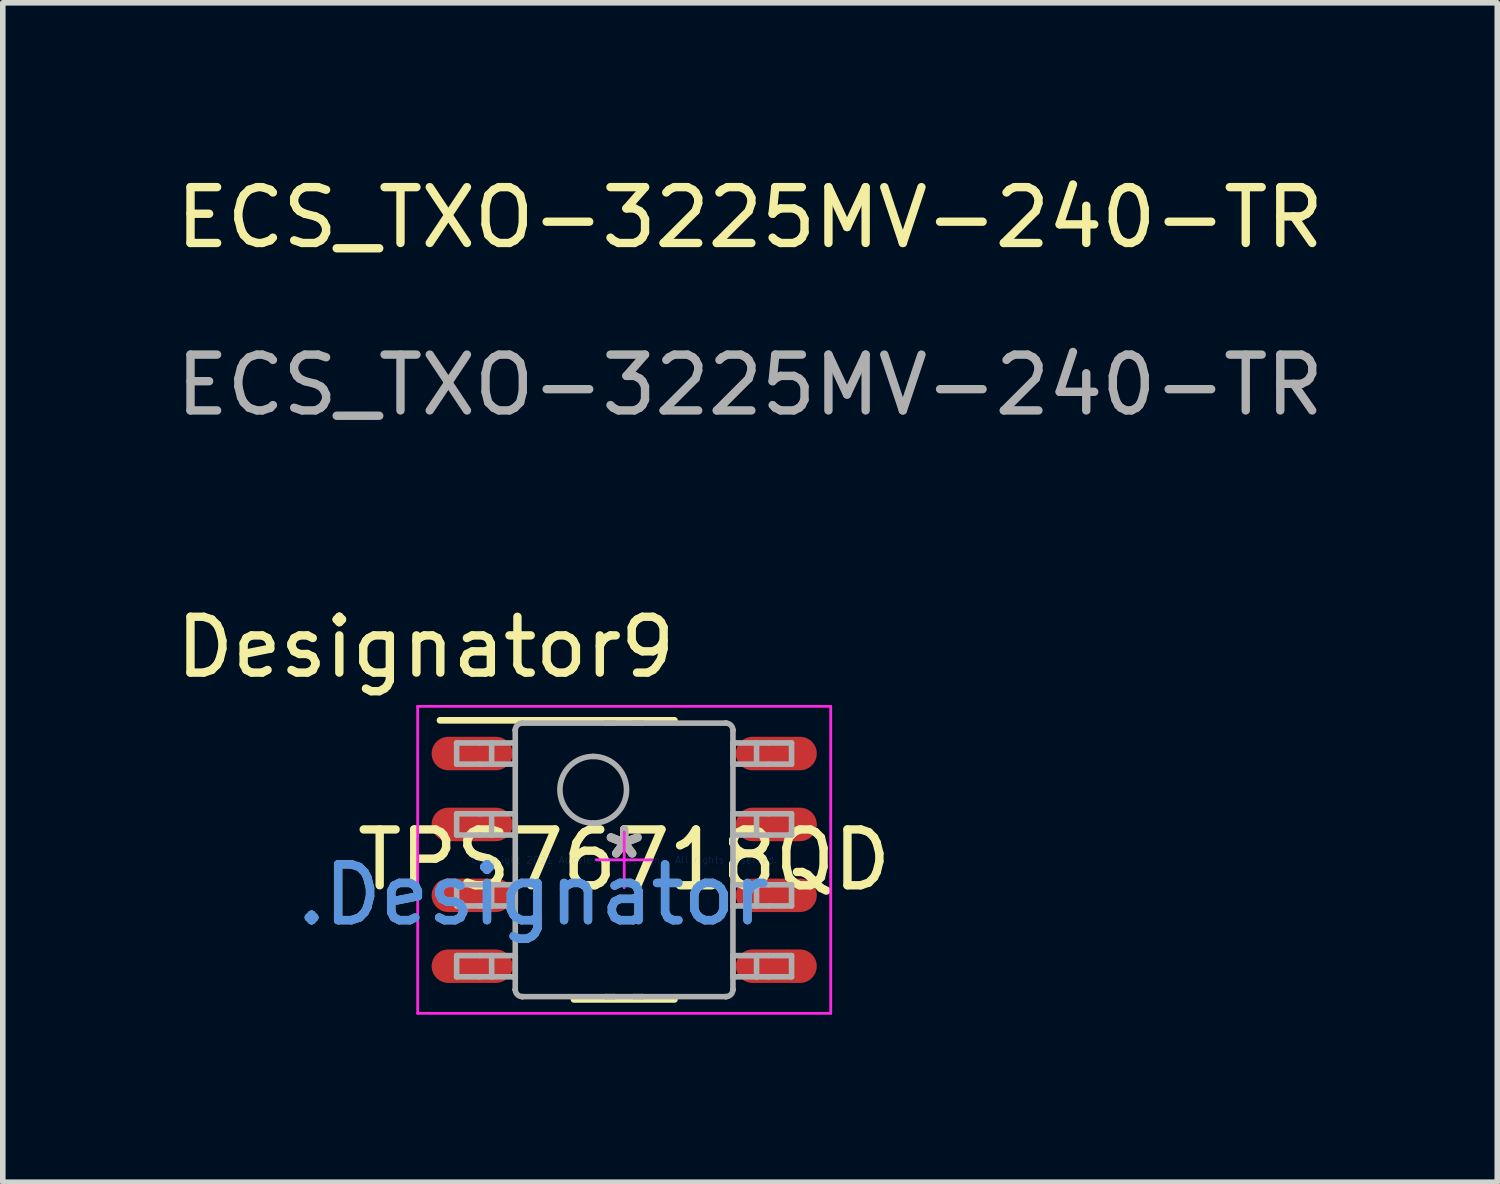
<source format=kicad_pcb>
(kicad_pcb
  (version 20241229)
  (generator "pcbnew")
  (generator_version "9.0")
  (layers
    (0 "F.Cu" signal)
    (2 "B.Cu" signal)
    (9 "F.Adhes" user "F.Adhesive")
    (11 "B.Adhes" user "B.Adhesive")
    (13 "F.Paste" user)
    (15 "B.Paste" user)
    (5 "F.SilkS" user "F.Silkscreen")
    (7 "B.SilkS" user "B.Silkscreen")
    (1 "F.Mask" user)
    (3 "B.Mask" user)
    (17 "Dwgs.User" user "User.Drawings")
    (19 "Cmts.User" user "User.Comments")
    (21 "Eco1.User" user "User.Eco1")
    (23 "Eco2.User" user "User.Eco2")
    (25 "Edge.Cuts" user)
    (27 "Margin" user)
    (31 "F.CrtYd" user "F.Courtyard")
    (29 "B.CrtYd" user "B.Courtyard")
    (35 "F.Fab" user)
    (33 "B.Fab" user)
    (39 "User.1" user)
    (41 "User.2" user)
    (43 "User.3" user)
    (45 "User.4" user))
  (footprint "TPS76718QD"
    (layer "F.Cu")
    (at 8.133 12.355)
    (property "Reference" "TPS76718QD" (at 0 0 0) (layer "F.SilkS") (effects (font (size 1 1) (thickness 0.15))))
    (attr through_hole)
    (fp_line (start -3.3 -2.5) (end 0.9 -2.5) (stroke (width 0.12) (type solid)) (layer "F.SilkS"))
    (fp_line (start -0.9 2.5) (end 0.9 2.5) (stroke (width 0.12) (type solid)) (layer "F.SilkS"))
    (fp_line (start -3.7 -2.75) (end 3.7 -2.75) (stroke (width 0.05) (type solid)) (layer "F.CrtYd"))
    (fp_line (start -3.7 2.75) (end -3.7 -2.75) (stroke (width 0.05) (type solid)) (layer "F.CrtYd"))
    (fp_line (start -3.7 2.75) (end 3.7 2.75) (stroke (width 0.05) (type solid)) (layer "F.CrtYd"))
    (fp_line (start -0.5 0) (end 0.5 0) (stroke (width 0.05) (type solid)) (layer "F.CrtYd"))
    (fp_line (start 0 0.5) (end 0 -0.5) (stroke (width 0.05) (type solid)) (layer "F.CrtYd"))
    (fp_line (start 3.7 2.75) (end 3.7 -2.75) (stroke (width 0.05) (type solid)) (layer "F.CrtYd"))
    (fp_line (start -3.002 -2.095) (end -2.589 -2.095) (stroke (width 0.1) (type solid)) (layer "F.Fab"))
    (fp_line (start -3.002 -1.715) (end -3.002 -2.095) (stroke (width 0.1) (type solid)) (layer "F.Fab"))
    (fp_line (start -3.002 -1.715) (end -2.589 -1.715) (stroke (width 0.1) (type solid)) (layer "F.Fab"))
    (fp_line (start -3.002 -0.825) (end -2.589 -0.825) (stroke (width 0.1) (type solid)) (layer "F.Fab"))
    (fp_line (start -3.002 -0.445) (end -3.002 -0.825) (stroke (width 0.1) (type solid)) (layer "F.Fab"))
    (fp_line (start -3.002 -0.445) (end -2.589 -0.445) (stroke (width 0.1) (type solid)) (layer "F.Fab"))
    (fp_line (start -3.002 0.445) (end -2.589 0.445) (stroke (width 0.1) (type solid)) (layer "F.Fab"))
    (fp_line (start -3.002 0.825) (end -3.002 0.445) (stroke (width 0.1) (type solid)) (layer "F.Fab"))
    (fp_line (start -3.002 0.825) (end -2.589 0.825) (stroke (width 0.1) (type solid)) (layer "F.Fab"))
    (fp_line (start -3.002 1.715) (end -2.589 1.715) (stroke (width 0.1) (type solid)) (layer "F.Fab"))
    (fp_line (start -3.002 2.095) (end -3.002 1.715) (stroke (width 0.1) (type solid)) (layer "F.Fab"))
    (fp_line (start -3.002 2.095) (end -2.589 2.095) (stroke (width 0.1) (type solid)) (layer "F.Fab"))
    (fp_line (start -2.589 -2.095) (end -2.375 -2.095) (stroke (width 0.1) (type solid)) (layer "F.Fab"))
    (fp_line (start -2.589 -1.715) (end -2.375 -1.715) (stroke (width 0.1) (type solid)) (layer "F.Fab"))
    (fp_line (start -2.589 -0.825) (end -2.375 -0.825) (stroke (width 0.1) (type solid)) (layer "F.Fab"))
    (fp_line (start -2.589 -0.445) (end -2.375 -0.445) (stroke (width 0.1) (type solid)) (layer "F.Fab"))
    (fp_line (start -2.589 0.445) (end -2.375 0.445) (stroke (width 0.1) (type solid)) (layer "F.Fab"))
    (fp_line (start -2.589 0.825) (end -2.375 0.825) (stroke (width 0.1) (type solid)) (layer "F.Fab"))
    (fp_line (start -2.589 1.715) (end -2.375 1.715) (stroke (width 0.1) (type solid)) (layer "F.Fab"))
    (fp_line (start -2.589 2.095) (end -2.375 2.095) (stroke (width 0.1) (type solid)) (layer "F.Fab"))
    (fp_line (start -2.375 -2.095) (end -1.995 -2.095) (stroke (width 0.1) (type solid)) (layer "F.Fab"))
    (fp_line (start -2.375 -1.715) (end -2.375 -2.095) (stroke (width 0.1) (type solid)) (layer "F.Fab"))
    (fp_line (start -2.375 -1.715) (end -1.995 -1.715) (stroke (width 0.1) (type solid)) (layer "F.Fab"))
    (fp_line (start -2.375 -0.825) (end -1.995 -0.825) (stroke (width 0.1) (type solid)) (layer "F.Fab"))
    (fp_line (start -2.375 -0.445) (end -2.375 -0.825) (stroke (width 0.1) (type solid)) (layer "F.Fab"))
    (fp_line (start -2.375 -0.445) (end -1.995 -0.445) (stroke (width 0.1) (type solid)) (layer "F.Fab"))
    (fp_line (start -2.375 0.445) (end -1.995 0.445) (stroke (width 0.1) (type solid)) (layer "F.Fab"))
    (fp_line (start -2.375 0.825) (end -2.375 0.445) (stroke (width 0.1) (type solid)) (layer "F.Fab"))
    (fp_line (start -2.375 0.825) (end -1.995 0.825) (stroke (width 0.1) (type solid)) (layer "F.Fab"))
    (fp_line (start -2.375 1.715) (end -1.995 1.715) (stroke (width 0.1) (type solid)) (layer "F.Fab"))
    (fp_line (start -2.375 2.095) (end -2.375 1.715) (stroke (width 0.1) (type solid)) (layer "F.Fab"))
    (fp_line (start -2.375 2.095) (end -1.995 2.095) (stroke (width 0.1) (type solid)) (layer "F.Fab"))
    (fp_line (start -1.995 -2.095) (end -1.952 -2.095) (stroke (width 0.1) (type solid)) (layer "F.Fab"))
    (fp_line (start -1.995 -1.715) (end -1.952 -1.715) (stroke (width 0.1) (type solid)) (layer "F.Fab"))
    (fp_line (start -1.995 -0.825) (end -1.952 -0.825) (stroke (width 0.1) (type solid)) (layer "F.Fab"))
    (fp_line (start -1.995 -0.445) (end -1.952 -0.445) (stroke (width 0.1) (type solid)) (layer "F.Fab"))
    (fp_line (start -1.995 0.445) (end -1.952 0.445) (stroke (width 0.1) (type solid)) (layer "F.Fab"))
    (fp_line (start -1.995 0.825) (end -1.952 0.825) (stroke (width 0.1) (type solid)) (layer "F.Fab"))
    (fp_line (start -1.995 1.715) (end -1.952 1.715) (stroke (width 0.1) (type solid)) (layer "F.Fab"))
    (fp_line (start -1.995 2.095) (end -1.952 2.095) (stroke (width 0.1) (type solid)) (layer "F.Fab"))
    (fp_line (start -1.952 -2.323) (end -1.952 -2.324) (stroke (width 0.1) (type solid)) (layer "F.Fab"))
    (fp_line (start -1.952 -1.715) (end -1.952 -2.095) (stroke (width 0.1) (type solid)) (layer "F.Fab"))
    (fp_line (start -1.952 -0.445) (end -1.952 -0.825) (stroke (width 0.1) (type solid)) (layer "F.Fab"))
    (fp_line (start -1.952 0.825) (end -1.952 0.445) (stroke (width 0.1) (type solid)) (layer "F.Fab"))
    (fp_line (start -1.952 2.095) (end -1.952 1.715) (stroke (width 0.1) (type solid)) (layer "F.Fab"))
    (fp_line (start -1.952 2.323) (end -1.952 -2.323) (stroke (width 0.1) (type solid)) (layer "F.Fab"))
    (fp_line (start -1.952 2.324) (end -1.952 2.323) (stroke (width 0.1) (type solid)) (layer "F.Fab"))
    (fp_line (start -1.826 -2.45) (end -1.825 -2.45) (stroke (width 0.1) (type solid)) (layer "F.Fab"))
    (fp_line (start -1.826 2.45) (end -1.825 2.45) (stroke (width 0.1) (type solid)) (layer "F.Fab"))
    (fp_line (start -1.825 -2.45) (end -0.332 -2.45) (stroke (width 0.1) (type solid)) (layer "F.Fab"))
    (fp_line (start -1.825 2.45) (end -0.332 2.45) (stroke (width 0.1) (type solid)) (layer "F.Fab"))
    (fp_line (start -0.332 -2.45) (end -0.182 -2.45) (stroke (width 0.1) (type solid)) (layer "F.Fab"))
    (fp_line (start -0.332 -2.45) (end -0.182 -2.45) (stroke (width 0.1) (type solid)) (layer "F.Fab"))
    (fp_line (start -0.332 2.45) (end -0.182 2.45) (stroke (width 0.1) (type solid)) (layer "F.Fab"))
    (fp_line (start -0.332 2.45) (end -0.182 2.45) (stroke (width 0.1) (type solid)) (layer "F.Fab"))
    (fp_line (start -0.182 -2.45) (end 0.178 -2.45) (stroke (width 0.1) (type solid)) (layer "F.Fab"))
    (fp_line (start -0.182 2.45) (end 0.178 2.45) (stroke (width 0.1) (type solid)) (layer "F.Fab"))
    (fp_line (start 0.178 -2.45) (end 0.328 -2.45) (stroke (width 0.1) (type solid)) (layer "F.Fab"))
    (fp_line (start 0.178 -2.45) (end 0.328 -2.45) (stroke (width 0.1) (type solid)) (layer "F.Fab"))
    (fp_line (start 0.178 2.45) (end 0.328 2.45) (stroke (width 0.1) (type solid)) (layer "F.Fab"))
    (fp_line (start 0.178 2.45) (end 0.328 2.45) (stroke (width 0.1) (type solid)) (layer "F.Fab"))
    (fp_line (start 0.328 -2.45) (end 1.821 -2.45) (stroke (width 0.1) (type solid)) (layer "F.Fab"))
    (fp_line (start 0.328 2.45) (end 1.821 2.45) (stroke (width 0.1) (type solid)) (layer "F.Fab"))
    (fp_line (start 1.821 -2.45) (end 1.822 -2.45) (stroke (width 0.1) (type solid)) (layer "F.Fab"))
    (fp_line (start 1.821 2.45) (end 1.822 2.45) (stroke (width 0.1) (type solid)) (layer "F.Fab"))
    (fp_line (start 1.948 -2.323) (end 1.948 -2.324) (stroke (width 0.1) (type solid)) (layer "F.Fab"))
    (fp_line (start 1.948 -2.095) (end 1.991 -2.095) (stroke (width 0.1) (type solid)) (layer "F.Fab"))
    (fp_line (start 1.948 -1.715) (end 1.948 -2.095) (stroke (width 0.1) (type solid)) (layer "F.Fab"))
    (fp_line (start 1.948 -1.715) (end 1.991 -1.715) (stroke (width 0.1) (type solid)) (layer "F.Fab"))
    (fp_line (start 1.948 -0.825) (end 1.991 -0.825) (stroke (width 0.1) (type solid)) (layer "F.Fab"))
    (fp_line (start 1.948 -0.445) (end 1.948 -0.825) (stroke (width 0.1) (type solid)) (layer "F.Fab"))
    (fp_line (start 1.948 -0.445) (end 1.991 -0.445) (stroke (width 0.1) (type solid)) (layer "F.Fab"))
    (fp_line (start 1.948 0.445) (end 1.991 0.445) (stroke (width 0.1) (type solid)) (layer "F.Fab"))
    (fp_line (start 1.948 0.825) (end 1.948 0.445) (stroke (width 0.1) (type solid)) (layer "F.Fab"))
    (fp_line (start 1.948 0.825) (end 1.991 0.825) (stroke (width 0.1) (type solid)) (layer "F.Fab"))
    (fp_line (start 1.948 1.715) (end 1.991 1.715) (stroke (width 0.1) (type solid)) (layer "F.Fab"))
    (fp_line (start 1.948 2.095) (end 1.948 1.715) (stroke (width 0.1) (type solid)) (layer "F.Fab"))
    (fp_line (start 1.948 2.095) (end 1.991 2.095) (stroke (width 0.1) (type solid)) (layer "F.Fab"))
    (fp_line (start 1.948 2.323) (end 1.948 -2.323) (stroke (width 0.1) (type solid)) (layer "F.Fab"))
    (fp_line (start 1.948 2.324) (end 1.948 2.323) (stroke (width 0.1) (type solid)) (layer "F.Fab"))
    (fp_line (start 1.991 -2.095) (end 2.371 -2.095) (stroke (width 0.1) (type solid)) (layer "F.Fab"))
    (fp_line (start 1.991 -1.715) (end 2.371 -1.715) (stroke (width 0.1) (type solid)) (layer "F.Fab"))
    (fp_line (start 1.991 -0.825) (end 2.371 -0.825) (stroke (width 0.1) (type solid)) (layer "F.Fab"))
    (fp_line (start 1.991 -0.445) (end 2.371 -0.445) (stroke (width 0.1) (type solid)) (layer "F.Fab"))
    (fp_line (start 1.991 0.445) (end 2.371 0.445) (stroke (width 0.1) (type solid)) (layer "F.Fab"))
    (fp_line (start 1.991 0.825) (end 2.371 0.825) (stroke (width 0.1) (type solid)) (layer "F.Fab"))
    (fp_line (start 1.991 1.715) (end 2.371 1.715) (stroke (width 0.1) (type solid)) (layer "F.Fab"))
    (fp_line (start 1.991 2.095) (end 2.371 2.095) (stroke (width 0.1) (type solid)) (layer "F.Fab"))
    (fp_line (start 2.371 -2.095) (end 2.585 -2.095) (stroke (width 0.1) (type solid)) (layer "F.Fab"))
    (fp_line (start 2.371 -1.715) (end 2.371 -2.095) (stroke (width 0.1) (type solid)) (layer "F.Fab"))
    (fp_line (start 2.371 -1.715) (end 2.585 -1.715) (stroke (width 0.1) (type solid)) (layer "F.Fab"))
    (fp_line (start 2.371 -0.825) (end 2.585 -0.825) (stroke (width 0.1) (type solid)) (layer "F.Fab"))
    (fp_line (start 2.371 -0.445) (end 2.371 -0.825) (stroke (width 0.1) (type solid)) (layer "F.Fab"))
    (fp_line (start 2.371 -0.445) (end 2.585 -0.445) (stroke (width 0.1) (type solid)) (layer "F.Fab"))
    (fp_line (start 2.371 0.445) (end 2.585 0.445) (stroke (width 0.1) (type solid)) (layer "F.Fab"))
    (fp_line (start 2.371 0.825) (end 2.371 0.445) (stroke (width 0.1) (type solid)) (layer "F.Fab"))
    (fp_line (start 2.371 0.825) (end 2.585 0.825) (stroke (width 0.1) (type solid)) (layer "F.Fab"))
    (fp_line (start 2.371 1.715) (end 2.585 1.715) (stroke (width 0.1) (type solid)) (layer "F.Fab"))
    (fp_line (start 2.371 2.095) (end 2.371 1.715) (stroke (width 0.1) (type solid)) (layer "F.Fab"))
    (fp_line (start 2.371 2.095) (end 2.585 2.095) (stroke (width 0.1) (type solid)) (layer "F.Fab"))
    (fp_line (start 2.585 -2.095) (end 2.998 -2.095) (stroke (width 0.1) (type solid)) (layer "F.Fab"))
    (fp_line (start 2.585 -1.715) (end 2.998 -1.715) (stroke (width 0.1) (type solid)) (layer "F.Fab"))
    (fp_line (start 2.585 -0.825) (end 2.998 -0.825) (stroke (width 0.1) (type solid)) (layer "F.Fab"))
    (fp_line (start 2.585 -0.445) (end 2.998 -0.445) (stroke (width 0.1) (type solid)) (layer "F.Fab"))
    (fp_line (start 2.585 0.445) (end 2.998 0.445) (stroke (width 0.1) (type solid)) (layer "F.Fab"))
    (fp_line (start 2.585 0.825) (end 2.998 0.825) (stroke (width 0.1) (type solid)) (layer "F.Fab"))
    (fp_line (start 2.585 1.715) (end 2.998 1.715) (stroke (width 0.1) (type solid)) (layer "F.Fab"))
    (fp_line (start 2.585 2.095) (end 2.998 2.095) (stroke (width 0.1) (type solid)) (layer "F.Fab"))
    (fp_line (start 2.998 -1.715) (end 2.998 -2.095) (stroke (width 0.1) (type solid)) (layer "F.Fab"))
    (fp_line (start 2.998 -0.445) (end 2.998 -0.825) (stroke (width 0.1) (type solid)) (layer "F.Fab"))
    (fp_line (start 2.998 0.825) (end 2.998 0.445) (stroke (width 0.1) (type solid)) (layer "F.Fab"))
    (fp_line (start 2.998 2.095) (end 2.998 1.715) (stroke (width 0.1) (type solid)) (layer "F.Fab"))
    (fp_arc (start -1.952002 -2.323941) (mid -1.914806 -2.412806) (end -1.825941 -2.450002) (stroke (width 0.1) (type solid)) (layer "F.Fab"))
    (fp_arc (start -1.82594 2.449991) (mid -1.914805 2.412796) (end -1.952002 2.323931) (stroke (width 0.1) (type solid)) (layer "F.Fab"))
    (fp_arc (start -0.555 -1.8531) (mid 0.0419 -1.2562) (end -0.555 -0.6593) (stroke (width 0.1) (type solid)) (layer "F.Fab"))
    (fp_arc (start -0.555 -0.6593) (mid -1.1519 -1.2562) (end -0.555 -1.8531) (stroke (width 0.1) (type solid)) (layer "F.Fab"))
    (fp_arc (start 1.821932 -2.450003) (mid 1.910798 -2.412807) (end 1.947994 -2.323941) (stroke (width 0.1) (type solid)) (layer "F.Fab"))
    (fp_arc (start 1.947994 2.323929) (mid 1.910798 2.412795) (end 1.821933 2.449992) (stroke (width 0.1) (type solid)) (layer "F.Fab"))
    (fp_text user "*" (at 0 0 0) (layer "F.SilkS") (effects (font (size 1 1) (thickness 0.15))))
    (fp_text user "Designator9" (at -3.556 -3.81 0) (layer "F.SilkS") (effects (font (size 1 1) (thickness 0.15))))
    (fp_text user ".Designator" (at -1.625 0.625 0) (layer "Cmts.User") (effects (font (size 1 1) (thickness 0.15))))
    (fp_text user "Copyright 2021 Accelerated Designs. All rights reserved." (at 0 0 0) (layer "Cmts.User") (effects (font (size 0.127 0.127) (thickness 0.002))))
    (fp_text user "*" (at 0 0 0) (layer "F.Fab") (effects (font (size 1 1) (thickness 0.15))))
    (fp_text user ".Designator" (at -1.625 0.625 0) (layer "F.Fab") (effects (font (size 1 1) (thickness 0.15))))
    (pad "1" smd oval (at -2.725 -1.905 90) (size 0.6 1.45) (layers "F.Cu" "F.Mask" "F.Paste"))
    (pad "2" smd oval (at -2.725 -0.635 90) (size 0.6 1.45) (layers "F.Cu" "F.Mask" "F.Paste"))
    (pad "3" smd oval (at -2.725 0.635 90) (size 0.6 1.45) (layers "F.Cu" "F.Mask" "F.Paste"))
    (pad "4" smd oval (at -2.725 1.905 90) (size 0.6 1.45) (layers "F.Cu" "F.Mask" "F.Paste"))
    (pad "5" smd oval (at 2.725 1.905 90) (size 0.6 1.45) (layers "F.Cu" "F.Mask" "F.Paste"))
    (pad "6" smd oval (at 2.725 0.635 90) (size 0.6 1.45) (layers "F.Cu" "F.Mask" "F.Paste"))
    (pad "7" smd oval (at 2.725 -0.635 90) (size 0.6 1.45) (layers "F.Cu" "F.Mask" "F.Paste"))
    (pad "8" smd oval (at 2.725 -1.905 90) (size 0.6 1.45) (layers "F.Cu" "F.Mask" "F.Paste")))
  (footprint "ECS_TXO-3225MV-240-TR"
    (layer "F.Cu")
    (at 10.387 1.348)
    (property "Reference" "ECS_TXO-3225MV-240-TR" (at 0 -0.5 0) (unlocked yes) (layer "F.SilkS") (effects (font (size 1 1) (thickness 0.15))))
    (attr smd)
    (fp_text user "${REFERENCE}" (at 0 2.5 0) (unlocked yes) (layer "F.Fab") (effects (font (size 1 1) (thickness 0.15)))))
  (gr_rect
    (start -3 -3)
    (end 23.774 18.13)
    (stroke (width 0.1) (type default))
    (fill no)
    (layer "Edge.Cuts")))
</source>
